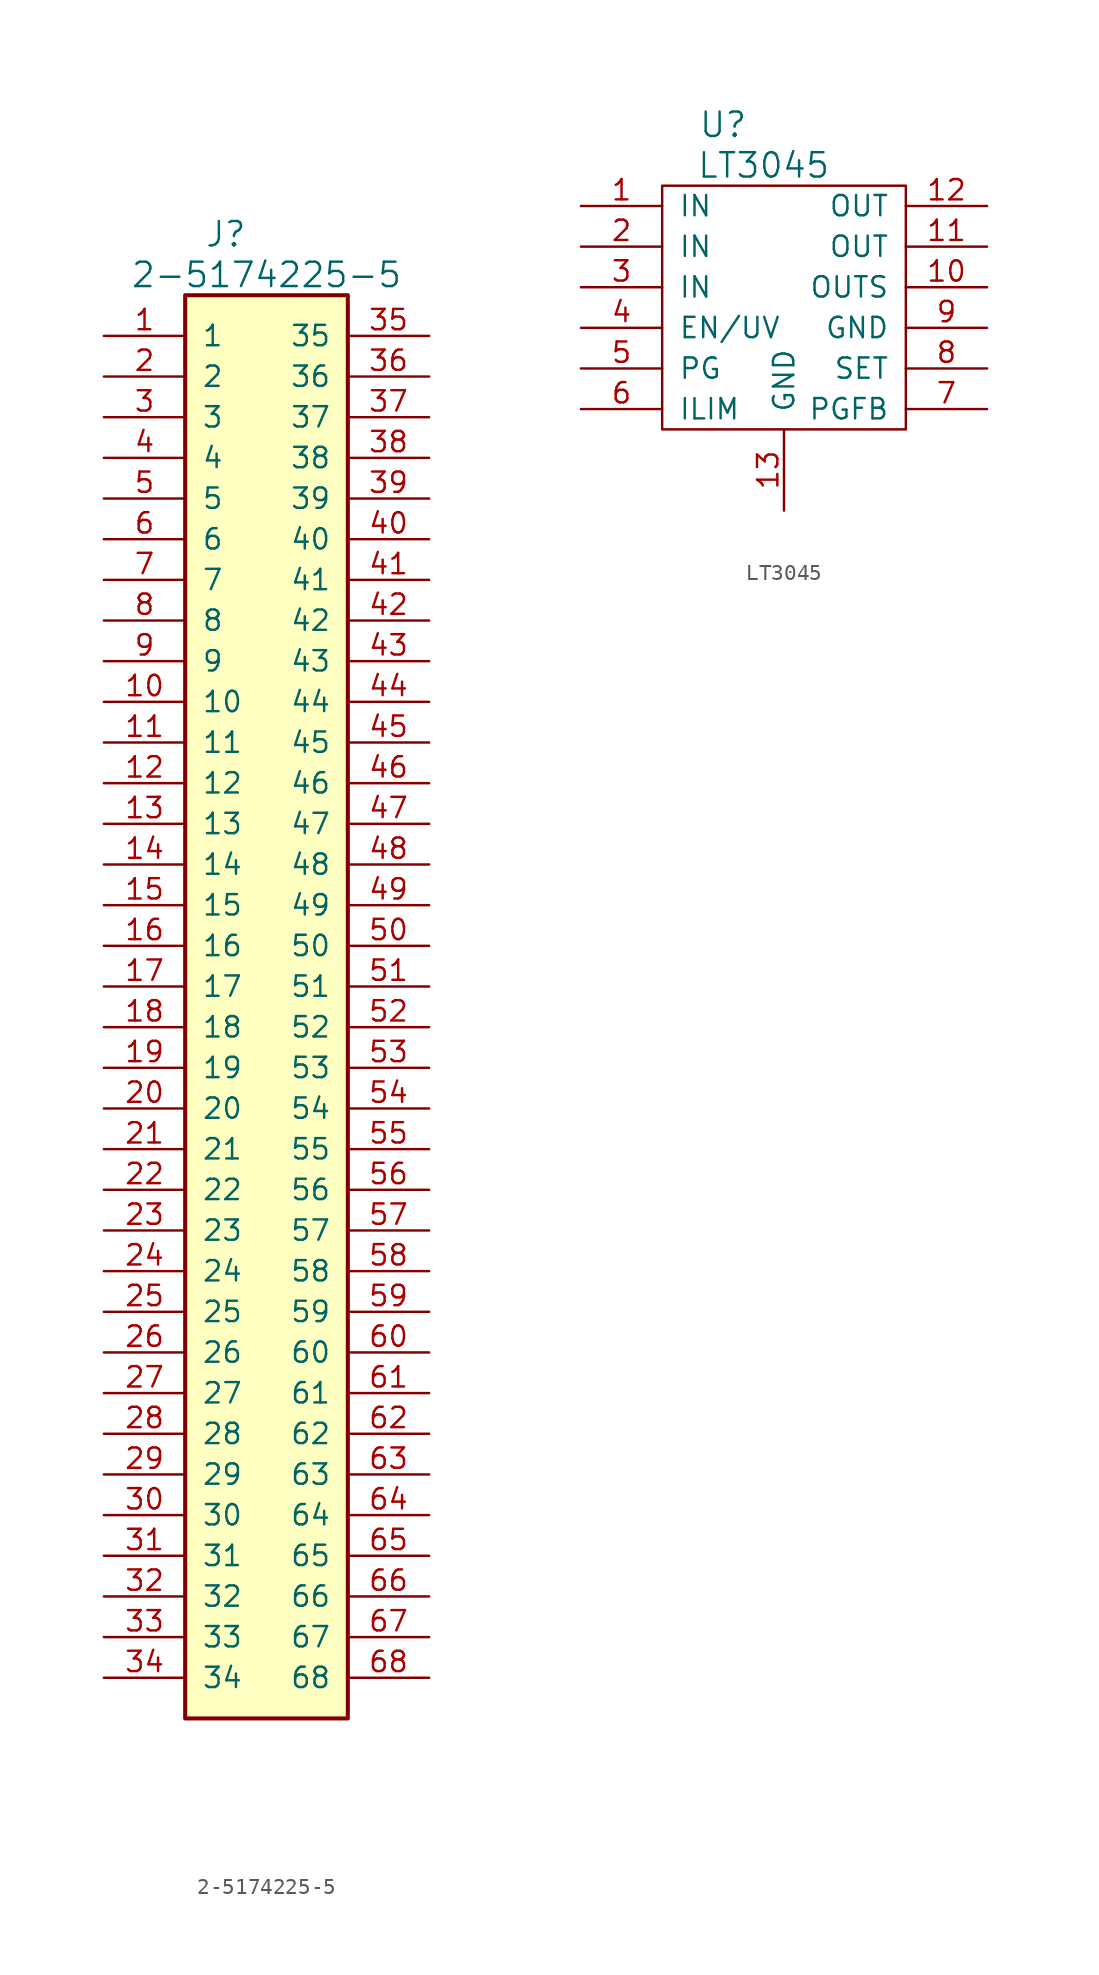
<source format=kicad_sym>
(kicad_symbol_lib
  (version 20220914)
  (generator kicad_symbol_editor)
  (symbol "2-5174225-5"
    (pin_names
      (offset 1.016))
    (property "Reference" "J"
      (at 7.62 6.35 0)
      (effects (font (size 1.524 1.524))))
    (property "Value" "2-5174225-5"
      (at 10.16 3.81 0)
      (effects (font (size 1.524 1.524))))
    (symbol "2-5174225-5_1_1"
      (rectangle (start 5.08 2.54) (end 15.24 -86.36) (stroke (width 0.254) (type default)) (fill (type background)))
      (pin unspecified line (at 0 0 0) (length 5.08) (name "1" (effects (font (size 1.27 1.27)))) (number "1" (effects (font (size 1.27 1.27)))))
      (pin unspecified line (at 0 -22.86 0) (length 5.08) (name "10" (effects (font (size 1.27 1.27)))) (number "10" (effects (font (size 1.27 1.27)))))
      (pin unspecified line (at 0 -25.4 0) (length 5.08) (name "11" (effects (font (size 1.27 1.27)))) (number "11" (effects (font (size 1.27 1.27)))))
      (pin unspecified line (at 0 -27.94 0) (length 5.08) (name "12" (effects (font (size 1.27 1.27)))) (number "12" (effects (font (size 1.27 1.27)))))
      (pin unspecified line (at 0 -30.48 0) (length 5.08) (name "13" (effects (font (size 1.27 1.27)))) (number "13" (effects (font (size 1.27 1.27)))))
      (pin unspecified line (at 0 -33.02 0) (length 5.08) (name "14" (effects (font (size 1.27 1.27)))) (number "14" (effects (font (size 1.27 1.27)))))
      (pin unspecified line (at 0 -35.56 0) (length 5.08) (name "15" (effects (font (size 1.27 1.27)))) (number "15" (effects (font (size 1.27 1.27)))))
      (pin unspecified line (at 0 -38.1 0) (length 5.08) (name "16" (effects (font (size 1.27 1.27)))) (number "16" (effects (font (size 1.27 1.27)))))
      (pin unspecified line (at 0 -40.64 0) (length 5.08) (name "17" (effects (font (size 1.27 1.27)))) (number "17" (effects (font (size 1.27 1.27)))))
      (pin unspecified line (at 0 -43.18 0) (length 5.08) (name "18" (effects (font (size 1.27 1.27)))) (number "18" (effects (font (size 1.27 1.27)))))
      (pin unspecified line (at 0 -45.72 0) (length 5.08) (name "19" (effects (font (size 1.27 1.27)))) (number "19" (effects (font (size 1.27 1.27)))))
      (pin unspecified line (at 0 -2.54 0) (length 5.08) (name "2" (effects (font (size 1.27 1.27)))) (number "2" (effects (font (size 1.27 1.27)))))
      (pin unspecified line (at 0 -48.26 0) (length 5.08) (name "20" (effects (font (size 1.27 1.27)))) (number "20" (effects (font (size 1.27 1.27)))))
      (pin unspecified line (at 0 -50.8 0) (length 5.08) (name "21" (effects (font (size 1.27 1.27)))) (number "21" (effects (font (size 1.27 1.27)))))
      (pin unspecified line (at 0 -53.34 0) (length 5.08) (name "22" (effects (font (size 1.27 1.27)))) (number "22" (effects (font (size 1.27 1.27)))))
      (pin unspecified line (at 0 -55.88 0) (length 5.08) (name "23" (effects (font (size 1.27 1.27)))) (number "23" (effects (font (size 1.27 1.27)))))
      (pin unspecified line (at 0 -58.42 0) (length 5.08) (name "24" (effects (font (size 1.27 1.27)))) (number "24" (effects (font (size 1.27 1.27)))))
      (pin unspecified line (at 0 -60.96 0) (length 5.08) (name "25" (effects (font (size 1.27 1.27)))) (number "25" (effects (font (size 1.27 1.27)))))
      (pin unspecified line (at 0 -63.5 0) (length 5.08) (name "26" (effects (font (size 1.27 1.27)))) (number "26" (effects (font (size 1.27 1.27)))))
      (pin unspecified line (at 0 -66.04 0) (length 5.08) (name "27" (effects (font (size 1.27 1.27)))) (number "27" (effects (font (size 1.27 1.27)))))
      (pin unspecified line (at 0 -68.58 0) (length 5.08) (name "28" (effects (font (size 1.27 1.27)))) (number "28" (effects (font (size 1.27 1.27)))))
      (pin unspecified line (at 0 -71.12 0) (length 5.08) (name "29" (effects (font (size 1.27 1.27)))) (number "29" (effects (font (size 1.27 1.27)))))
      (pin unspecified line (at 0 -5.08 0) (length 5.08) (name "3" (effects (font (size 1.27 1.27)))) (number "3" (effects (font (size 1.27 1.27)))))
      (pin unspecified line (at 0 -73.66 0) (length 5.08) (name "30" (effects (font (size 1.27 1.27)))) (number "30" (effects (font (size 1.27 1.27)))))
      (pin unspecified line (at 0 -76.2 0) (length 5.08) (name "31" (effects (font (size 1.27 1.27)))) (number "31" (effects (font (size 1.27 1.27)))))
      (pin unspecified line (at 0 -78.74 0) (length 5.08) (name "32" (effects (font (size 1.27 1.27)))) (number "32" (effects (font (size 1.27 1.27)))))
      (pin unspecified line (at 0 -81.28 0) (length 5.08) (name "33" (effects (font (size 1.27 1.27)))) (number "33" (effects (font (size 1.27 1.27)))))
      (pin unspecified line (at 0 -83.82 0) (length 5.08) (name "34" (effects (font (size 1.27 1.27)))) (number "34" (effects (font (size 1.27 1.27)))))
      (pin unspecified line (at 20.32 0 180) (length 5.08) (name "35" (effects (font (size 1.27 1.27)))) (number "35" (effects (font (size 1.27 1.27)))))
      (pin unspecified line (at 20.32 -2.54 180) (length 5.08) (name "36" (effects (font (size 1.27 1.27)))) (number "36" (effects (font (size 1.27 1.27)))))
      (pin unspecified line (at 20.32 -5.08 180) (length 5.08) (name "37" (effects (font (size 1.27 1.27)))) (number "37" (effects (font (size 1.27 1.27)))))
      (pin unspecified line (at 20.32 -7.62 180) (length 5.08) (name "38" (effects (font (size 1.27 1.27)))) (number "38" (effects (font (size 1.27 1.27)))))
      (pin unspecified line (at 20.32 -10.16 180) (length 5.08) (name "39" (effects (font (size 1.27 1.27)))) (number "39" (effects (font (size 1.27 1.27)))))
      (pin unspecified line (at 0 -7.62 0) (length 5.08) (name "4" (effects (font (size 1.27 1.27)))) (number "4" (effects (font (size 1.27 1.27)))))
      (pin unspecified line (at 20.32 -12.7 180) (length 5.08) (name "40" (effects (font (size 1.27 1.27)))) (number "40" (effects (font (size 1.27 1.27)))))
      (pin unspecified line (at 20.32 -15.24 180) (length 5.08) (name "41" (effects (font (size 1.27 1.27)))) (number "41" (effects (font (size 1.27 1.27)))))
      (pin unspecified line (at 20.32 -17.78 180) (length 5.08) (name "42" (effects (font (size 1.27 1.27)))) (number "42" (effects (font (size 1.27 1.27)))))
      (pin unspecified line (at 20.32 -20.32 180) (length 5.08) (name "43" (effects (font (size 1.27 1.27)))) (number "43" (effects (font (size 1.27 1.27)))))
      (pin unspecified line (at 20.32 -22.86 180) (length 5.08) (name "44" (effects (font (size 1.27 1.27)))) (number "44" (effects (font (size 1.27 1.27)))))
      (pin unspecified line (at 20.32 -25.4 180) (length 5.08) (name "45" (effects (font (size 1.27 1.27)))) (number "45" (effects (font (size 1.27 1.27)))))
      (pin unspecified line (at 20.32 -27.94 180) (length 5.08) (name "46" (effects (font (size 1.27 1.27)))) (number "46" (effects (font (size 1.27 1.27)))))
      (pin unspecified line (at 20.32 -30.48 180) (length 5.08) (name "47" (effects (font (size 1.27 1.27)))) (number "47" (effects (font (size 1.27 1.27)))))
      (pin unspecified line (at 20.32 -33.02 180) (length 5.08) (name "48" (effects (font (size 1.27 1.27)))) (number "48" (effects (font (size 1.27 1.27)))))
      (pin unspecified line (at 20.32 -35.56 180) (length 5.08) (name "49" (effects (font (size 1.27 1.27)))) (number "49" (effects (font (size 1.27 1.27)))))
      (pin unspecified line (at 0 -10.16 0) (length 5.08) (name "5" (effects (font (size 1.27 1.27)))) (number "5" (effects (font (size 1.27 1.27)))))
      (pin unspecified line (at 20.32 -38.1 180) (length 5.08) (name "50" (effects (font (size 1.27 1.27)))) (number "50" (effects (font (size 1.27 1.27)))))
      (pin unspecified line (at 20.32 -40.64 180) (length 5.08) (name "51" (effects (font (size 1.27 1.27)))) (number "51" (effects (font (size 1.27 1.27)))))
      (pin unspecified line (at 20.32 -43.18 180) (length 5.08) (name "52" (effects (font (size 1.27 1.27)))) (number "52" (effects (font (size 1.27 1.27)))))
      (pin unspecified line (at 20.32 -45.72 180) (length 5.08) (name "53" (effects (font (size 1.27 1.27)))) (number "53" (effects (font (size 1.27 1.27)))))
      (pin unspecified line (at 20.32 -48.26 180) (length 5.08) (name "54" (effects (font (size 1.27 1.27)))) (number "54" (effects (font (size 1.27 1.27)))))
      (pin unspecified line (at 20.32 -50.8 180) (length 5.08) (name "55" (effects (font (size 1.27 1.27)))) (number "55" (effects (font (size 1.27 1.27)))))
      (pin unspecified line (at 20.32 -53.34 180) (length 5.08) (name "56" (effects (font (size 1.27 1.27)))) (number "56" (effects (font (size 1.27 1.27)))))
      (pin unspecified line (at 20.32 -55.88 180) (length 5.08) (name "57" (effects (font (size 1.27 1.27)))) (number "57" (effects (font (size 1.27 1.27)))))
      (pin unspecified line (at 20.32 -58.42 180) (length 5.08) (name "58" (effects (font (size 1.27 1.27)))) (number "58" (effects (font (size 1.27 1.27)))))
      (pin unspecified line (at 20.32 -60.96 180) (length 5.08) (name "59" (effects (font (size 1.27 1.27)))) (number "59" (effects (font (size 1.27 1.27)))))
      (pin unspecified line (at 0 -12.7 0) (length 5.08) (name "6" (effects (font (size 1.27 1.27)))) (number "6" (effects (font (size 1.27 1.27)))))
      (pin unspecified line (at 20.32 -63.5 180) (length 5.08) (name "60" (effects (font (size 1.27 1.27)))) (number "60" (effects (font (size 1.27 1.27)))))
      (pin unspecified line (at 20.32 -66.04 180) (length 5.08) (name "61" (effects (font (size 1.27 1.27)))) (number "61" (effects (font (size 1.27 1.27)))))
      (pin unspecified line (at 20.32 -68.58 180) (length 5.08) (name "62" (effects (font (size 1.27 1.27)))) (number "62" (effects (font (size 1.27 1.27)))))
      (pin unspecified line (at 20.32 -71.12 180) (length 5.08) (name "63" (effects (font (size 1.27 1.27)))) (number "63" (effects (font (size 1.27 1.27)))))
      (pin unspecified line (at 20.32 -73.66 180) (length 5.08) (name "64" (effects (font (size 1.27 1.27)))) (number "64" (effects (font (size 1.27 1.27)))))
      (pin unspecified line (at 20.32 -76.2 180) (length 5.08) (name "65" (effects (font (size 1.27 1.27)))) (number "65" (effects (font (size 1.27 1.27)))))
      (pin unspecified line (at 20.32 -78.74 180) (length 5.08) (name "66" (effects (font (size 1.27 1.27)))) (number "66" (effects (font (size 1.27 1.27)))))
      (pin unspecified line (at 20.32 -81.28 180) (length 5.08) (name "67" (effects (font (size 1.27 1.27)))) (number "67" (effects (font (size 1.27 1.27)))))
      (pin unspecified line (at 20.32 -83.82 180) (length 5.08) (name "68" (effects (font (size 1.27 1.27)))) (number "68" (effects (font (size 1.27 1.27)))))
      (pin unspecified line (at 0 -15.24 0) (length 5.08) (name "7" (effects (font (size 1.27 1.27)))) (number "7" (effects (font (size 1.27 1.27)))))
      (pin unspecified line (at 0 -17.78 0) (length 5.08) (name "8" (effects (font (size 1.27 1.27)))) (number "8" (effects (font (size 1.27 1.27)))))
      (pin unspecified line (at 0 -20.32 0) (length 5.08) (name "9" (effects (font (size 1.27 1.27)))) (number "9" (effects (font (size 1.27 1.27)))))))
  (symbol "LT3045"
    (pin_names
      (offset 1.016))
    (property "Reference" "U"
      (at 8.89 5.08 0)
      (effects (font (size 1.524 1.524))))
    (property "Value" "LT3045"
      (at 11.43 2.54 0)
      (effects (font (size 1.524 1.524))))
    (symbol "LT3045_0_1"
      (rectangle (start 5.08 1.27) (end 20.32 -13.97) (stroke (width 0) (type default)) (fill (type none))))
    (symbol "LT3045_1_1"
      (pin input line (at 0 0 0) (length 5.08) (name "IN" (effects (font (size 1.27 1.27)))) (number "1" (effects (font (size 1.27 1.27)))))
      (pin bidirectional line (at 25.4 -5.08 180) (length 5.08) (name "OUTS" (effects (font (size 1.27 1.27)))) (number "10" (effects (font (size 1.27 1.27)))))
      (pin output line (at 25.4 -2.54 180) (length 5.08) (name "OUT" (effects (font (size 1.27 1.27)))) (number "11" (effects (font (size 1.27 1.27)))))
      (pin output line (at 25.4 0 180) (length 5.08) (name "OUT" (effects (font (size 1.27 1.27)))) (number "12" (effects (font (size 1.27 1.27)))))
      (pin bidirectional line (at 12.7 -19.05 90) (length 5.08) (name "GND" (effects (font (size 1.27 1.27)))) (number "13" (effects (font (size 1.27 1.27)))))
      (pin input line (at 0 -2.54 0) (length 5.08) (name "IN" (effects (font (size 1.27 1.27)))) (number "2" (effects (font (size 1.27 1.27)))))
      (pin input line (at 0 -5.08 0) (length 5.08) (name "IN" (effects (font (size 1.27 1.27)))) (number "3" (effects (font (size 1.27 1.27)))))
      (pin bidirectional line (at 0 -7.62 0) (length 5.08) (name "EN/UV" (effects (font (size 1.27 1.27)))) (number "4" (effects (font (size 1.27 1.27)))))
      (pin bidirectional line (at 0 -10.16 0) (length 5.08) (name "PG" (effects (font (size 1.27 1.27)))) (number "5" (effects (font (size 1.27 1.27)))))
      (pin bidirectional line (at 0 -12.7 0) (length 5.08) (name "ILIM" (effects (font (size 1.27 1.27)))) (number "6" (effects (font (size 1.27 1.27)))))
      (pin bidirectional line (at 25.4 -12.7 180) (length 5.08) (name "PGFB" (effects (font (size 1.27 1.27)))) (number "7" (effects (font (size 1.27 1.27)))))
      (pin bidirectional line (at 25.4 -10.16 180) (length 5.08) (name "SET" (effects (font (size 1.27 1.27)))) (number "8" (effects (font (size 1.27 1.27)))))
      (pin bidirectional line (at 25.4 -7.62 180) (length 5.08) (name "GND" (effects (font (size 1.27 1.27)))) (number "9" (effects (font (size 1.27 1.27))))))))
</source>
